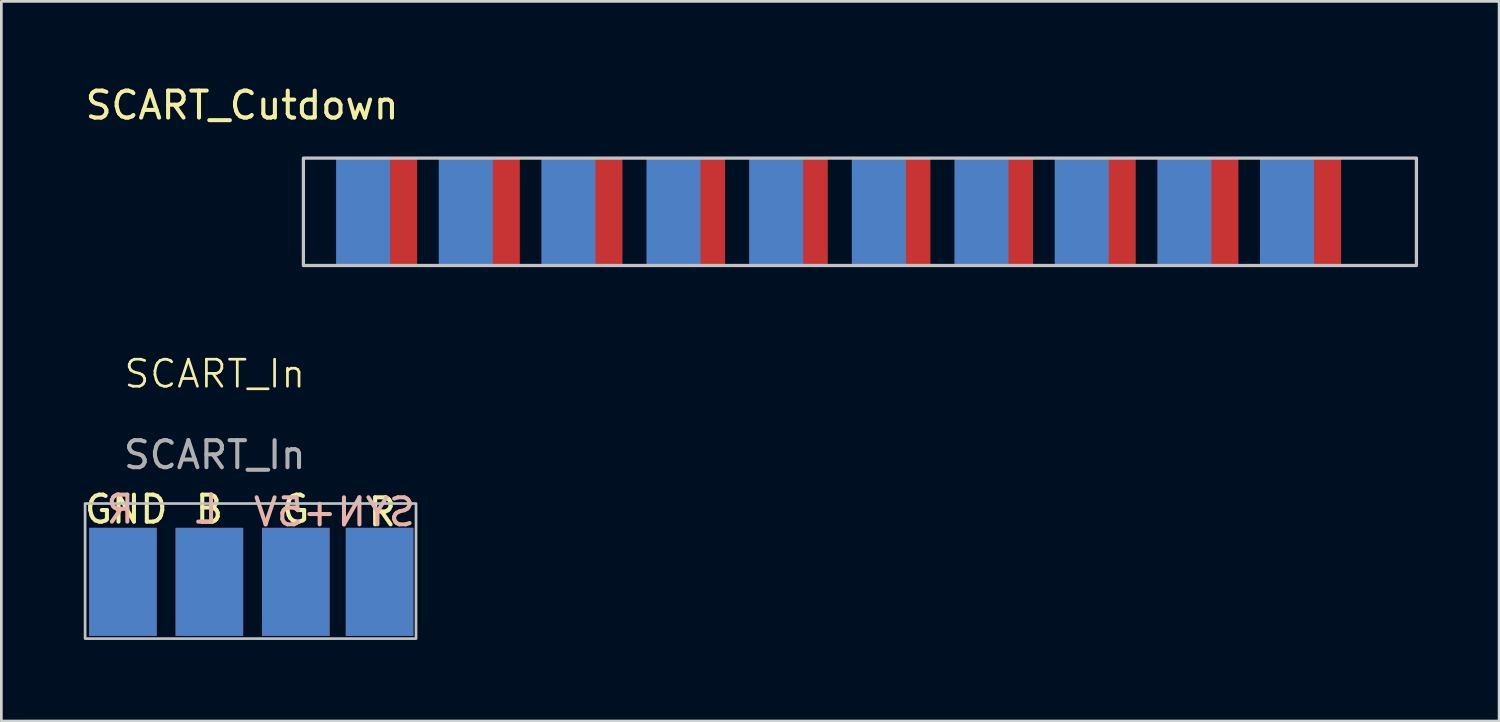
<source format=kicad_pcb>
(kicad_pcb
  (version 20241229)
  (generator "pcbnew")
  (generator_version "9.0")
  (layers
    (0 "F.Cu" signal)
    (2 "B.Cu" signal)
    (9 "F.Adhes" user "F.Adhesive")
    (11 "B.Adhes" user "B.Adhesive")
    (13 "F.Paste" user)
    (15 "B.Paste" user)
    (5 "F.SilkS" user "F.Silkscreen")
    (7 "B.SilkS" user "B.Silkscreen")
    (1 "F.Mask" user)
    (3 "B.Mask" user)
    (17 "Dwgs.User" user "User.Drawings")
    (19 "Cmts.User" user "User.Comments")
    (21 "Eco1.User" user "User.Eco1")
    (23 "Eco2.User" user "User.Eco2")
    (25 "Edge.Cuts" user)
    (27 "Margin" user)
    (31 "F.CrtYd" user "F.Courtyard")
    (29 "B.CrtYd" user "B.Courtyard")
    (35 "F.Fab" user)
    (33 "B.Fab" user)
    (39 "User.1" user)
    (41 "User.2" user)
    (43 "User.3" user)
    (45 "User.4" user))
  (footprint "SCART_Cutdown"
    (layer "F.Cu")
    (at 11.381 6.778)
    (property "Reference" "SCART_Cutdown" (at -5.47 -5.93 0) (layer "F.SilkS") (effects (font (size 1 1) (thickness 0.15))))
    (attr through_hole)
    (fp_text_box "" (start 38 0) (end -3.2 -3.976) (margins 0.81 0.81 0.81 0.81) (layer "Dwgs.User") (effects (font (size 1 1) (thickness 0.15)) (justify left top)) (border yes) (stroke (width 0.12) (type solid)))
    (pad "1" smd rect (at 34.21 -2) (size 2 4) (layers "F.Cu" "F.Mask" "F.Paste"))
    (pad "2" smd rect (at 33.21 -2) (size 2 4) (layers "B.Cu" "B.Mask" "B.Paste"))
    (pad "3" smd rect (at 30.41 -2) (size 2 4) (layers "F.Cu" "F.Mask" "F.Paste"))
    (pad "4" smd rect (at 29.41 -2) (size 2 4) (layers "B.Cu" "B.Mask" "B.Paste"))
    (pad "5" smd rect (at 26.61 -2) (size 2 4) (layers "F.Cu" "F.Mask" "F.Paste"))
    (pad "6" smd rect (at 25.61 -2) (size 2 4) (layers "B.Cu" "B.Mask" "B.Paste"))
    (pad "7" smd rect (at 22.81 -2) (size 2 4) (layers "F.Cu" "F.Mask" "F.Paste"))
    (pad "8" smd rect (at 21.9 -2) (size 2 4) (layers "B.Cu" "B.Mask" "B.Paste"))
    (pad "9" smd rect (at 19.01 -2) (size 2 4) (layers "F.Cu" "F.Mask" "F.Paste"))
    (pad "10" smd rect (at 18.1 -2) (size 2 4) (layers "B.Cu" "B.Mask" "B.Paste"))
    (pad "11" smd rect (at 15.21 -2) (size 2 4) (layers "F.Cu" "F.Mask" "F.Paste"))
    (pad "12" smd rect (at 14.3 -2) (size 2 4) (layers "B.Cu" "B.Mask" "B.Paste"))
    (pad "13" smd rect (at 11.41 -2) (size 2 4) (layers "F.Cu" "F.Mask" "F.Paste"))
    (pad "14" smd rect (at 10.5 -2) (size 2 4) (layers "B.Cu" "B.Mask" "B.Paste"))
    (pad "15" smd rect (at 7.61 -2) (size 2 4) (layers "F.Cu" "F.Mask" "F.Paste"))
    (pad "16" smd rect (at 6.61 -2) (size 2 4) (layers "B.Cu" "B.Mask" "B.Paste"))
    (pad "17" smd rect (at 3.81 -2) (size 2 4) (layers "F.Cu" "F.Mask" "F.Paste"))
    (pad "18" smd rect (at 2.81 -2) (size 2 4) (layers "B.Cu" "B.Mask" "B.Paste"))
    (pad "19" smd rect (at 0.01 -2) (size 2 4) (layers "F.Cu" "F.Mask" "F.Paste"))
    (pad "20" smd rect (at -0.99 -2) (size 2 4) (layers "B.Cu" "B.Mask" "B.Paste")))
  (footprint "SCART_In"
    (layer "F.Cu")
    (at 4.9 11.289)
    (property "Reference" "SCART_In" (at 0 -0.5 0) (unlocked yes) (layer "F.SilkS") (effects (font (size 1 1) (thickness 0.1))))
    (attr smd)
    (fp_rect (start -4.8 4.3) (end 7.45 9.3) (stroke (width 0.1) (type default)) (fill no) (layer "Dwgs.User"))
    (fp_text user "GND" (at -4.9 5.1 0) (unlocked yes) (layer "F.SilkS") (effects (font (size 1 1) (thickness 0.15)) (justify left bottom)))
    (fp_text user "G" (at 2.4 5.1 0) (unlocked yes) (layer "F.SilkS") (effects (font (size 1 1) (thickness 0.15)) (justify left bottom)))
    (fp_text user "R" (at 5.6 5.2 0) (unlocked yes) (layer "F.SilkS") (effects (font (size 1 1) (thickness 0.15)) (justify left bottom)))
    (fp_text user "B" (at -0.8 5.1 0) (unlocked yes) (layer "F.SilkS") (effects (font (size 1 1) (thickness 0.15)) (justify left bottom)))
    (fp_text user "R" (at -2.9 5.1 0) (unlocked yes) (layer "B.SilkS") (effects (font (size 1 1) (thickness 0.15)) (justify left bottom mirror)))
    (fp_text user "+5V" (at 4.6 5.2 0) (unlocked yes) (layer "B.SilkS") (effects (font (size 1 1) (thickness 0.15)) (justify left bottom mirror)))
    (fp_text user "L" (at 0.2 5.1 0) (unlocked yes) (layer "B.SilkS") (effects (font (size 1 1) (thickness 0.15)) (justify left bottom mirror)))
    (fp_text user "SYN" (at 7.5 5.2 0) (unlocked yes) (layer "B.SilkS") (effects (font (size 1 1) (thickness 0.15)) (justify left bottom mirror)))
    (fp_text user "${REFERENCE}" (at 0 2.5 0) (unlocked yes) (layer "F.Fab") (effects (font (size 1 1) (thickness 0.15))))
    (pad "1" smd rect (at 6.1 7.2 90) (size 4 2.5) (layers "F.Cu" "F.Mask" "F.Paste"))
    (pad "2" smd rect (at 3 7.2 90) (size 4 2.5) (layers "F.Cu" "F.Mask" "F.Paste"))
    (pad "3" smd rect (at -0.2 7.2 90) (size 4 2.5) (layers "F.Cu" "F.Mask" "F.Paste"))
    (pad "4" smd rect (at -3.4 7.2 90) (size 4 2.5) (layers "F.Cu" "F.Mask" "F.Paste"))
    (pad "5" smd rect (at 6.1 7.2 90) (size 4 2.5) (layers "B.Cu" "B.Mask" "B.Paste"))
    (pad "6" smd rect (at 3 7.2 90) (size 4 2.5) (layers "B.Cu" "B.Mask" "B.Paste"))
    (pad "7" smd rect (at -0.2 7.2 90) (size 4 2.5) (layers "B.Cu" "B.Mask" "B.Paste"))
    (pad "8" smd rect (at -3.4 7.2 90) (size 4 2.5) (layers "B.Cu" "B.Mask" "B.Paste")))
  (gr_rect
    (start -3 -3)
    (end 52.441 23.639)
    (stroke (width 0.1) (type default))
    (fill no)
    (layer "Edge.Cuts")))
</source>
